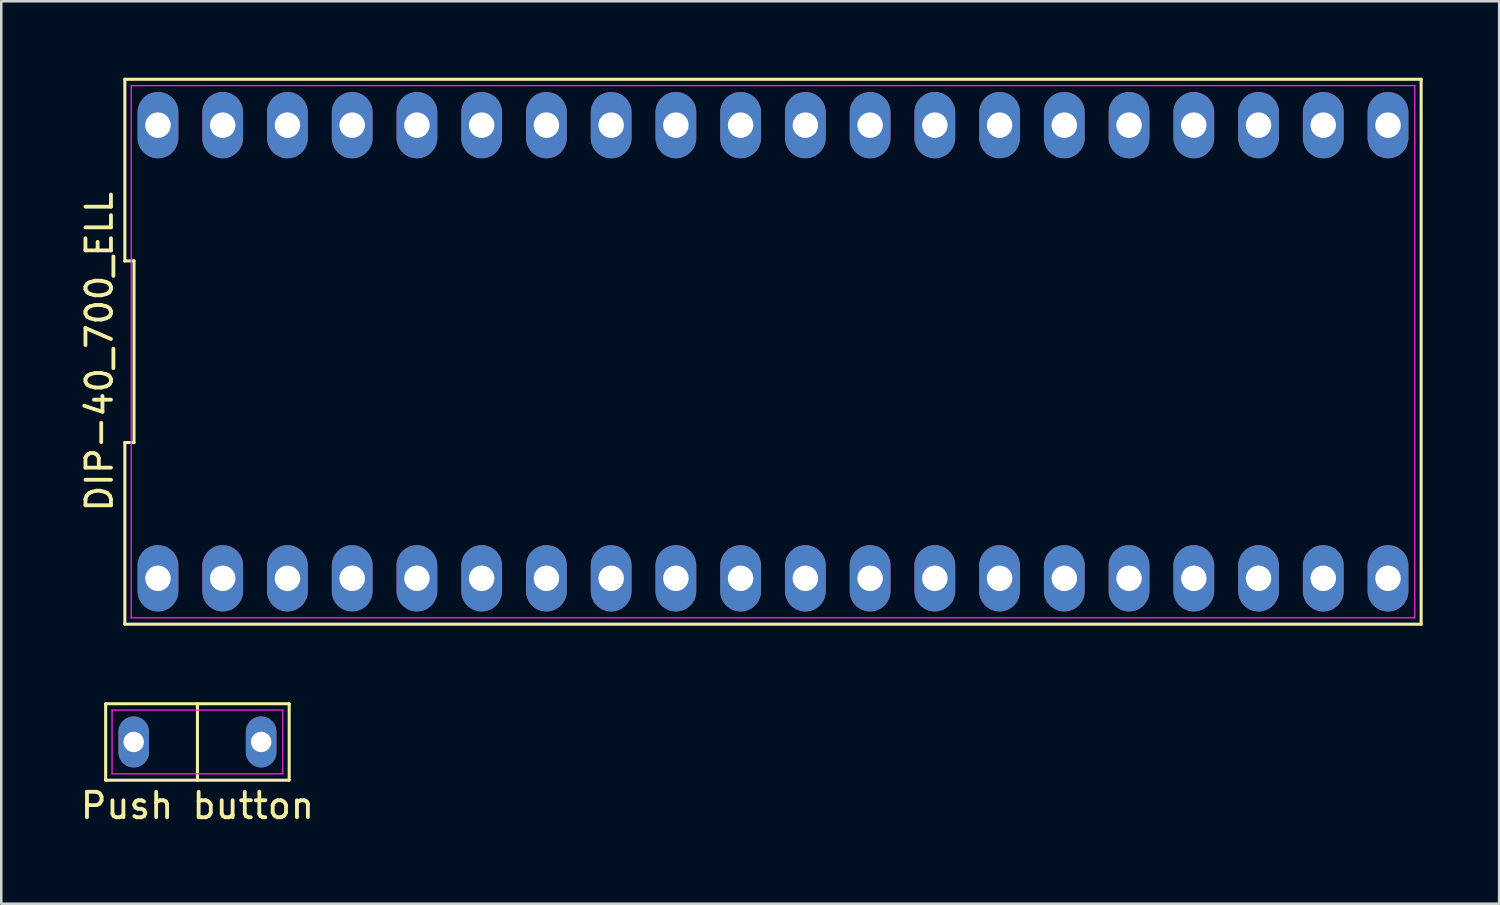
<source format=kicad_pcb>
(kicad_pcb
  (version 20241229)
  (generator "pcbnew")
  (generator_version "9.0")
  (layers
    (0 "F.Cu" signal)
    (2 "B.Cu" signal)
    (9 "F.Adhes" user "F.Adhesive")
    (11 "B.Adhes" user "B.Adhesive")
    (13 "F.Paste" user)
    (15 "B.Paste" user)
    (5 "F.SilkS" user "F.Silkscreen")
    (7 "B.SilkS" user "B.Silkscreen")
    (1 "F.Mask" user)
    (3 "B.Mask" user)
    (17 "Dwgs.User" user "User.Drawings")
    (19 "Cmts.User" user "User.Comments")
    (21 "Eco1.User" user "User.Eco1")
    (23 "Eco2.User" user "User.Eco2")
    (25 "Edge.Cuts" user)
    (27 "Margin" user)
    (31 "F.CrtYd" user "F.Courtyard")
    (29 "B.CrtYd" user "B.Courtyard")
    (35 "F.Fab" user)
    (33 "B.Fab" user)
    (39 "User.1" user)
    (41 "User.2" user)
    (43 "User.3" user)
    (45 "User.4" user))
  (footprint "Push button"
    (layer "F.Cu")
    (at 4.696 26.06)
    (property "Reference" "Push button" (at 0 2.5 0) (layer "F.SilkS") (effects (font (size 1 1) (thickness 0.15))))
    (fp_line (start -3.6 -1.5) (end 3.6 -1.5) (stroke (width 0.12) (type solid)) (layer "F.SilkS"))
    (fp_line (start -3.6 1.5) (end -3.6 -1.5) (stroke (width 0.12) (type solid)) (layer "F.SilkS"))
    (fp_line (start 0 -1.5) (end 0 1.5) (stroke (width 0.12) (type solid)) (layer "F.SilkS"))
    (fp_line (start 3.6 -1.5) (end 3.6 1.5) (stroke (width 0.12) (type solid)) (layer "F.SilkS"))
    (fp_line (start 3.6 1.5) (end -3.6 1.5) (stroke (width 0.12) (type solid)) (layer "F.SilkS"))
    (fp_line (start -3.35 -1.25) (end 3.35 -1.25) (stroke (width 0.05) (type solid)) (layer "F.CrtYd"))
    (fp_line (start -3.35 1.25) (end -3.35 -1.25) (stroke (width 0.05) (type solid)) (layer "F.CrtYd"))
    (fp_line (start 3.35 -1.25) (end 3.35 1.25) (stroke (width 0.05) (type solid)) (layer "F.CrtYd"))
    (fp_line (start 3.35 1.25) (end -3.35 1.25) (stroke (width 0.05) (type solid)) (layer "F.CrtYd"))
    (pad "1" thru_hole oval (at -2.5 0) (size 1.2 2) (drill 0.8) (layers "*.Cu" "*.Mask"))
    (pad "2" thru_hole oval (at 2.5 0) (size 1.2 2) (drill 0.8) (layers "*.Cu" "*.Mask")))
  (footprint "DIP-40_700_ELL"
    (layer "F.Cu")
    (at 27.278 10.75)
    (property "Reference" "DIP-40_700_ELL" (at -26.43 0 90) (layer "F.SilkS") (effects (font (size 1 1) (thickness 0.15))))
    (attr through_hole)
    (fp_line (start -25.43 -10.69) (end -25.43 -3.563) (stroke (width 0.12) (type solid)) (layer "F.SilkS"))
    (fp_line (start -25.43 -3.563) (end -25.07 -3.563) (stroke (width 0.12) (type solid)) (layer "F.SilkS"))
    (fp_line (start -25.43 3.563) (end -25.43 10.69) (stroke (width 0.12) (type solid)) (layer "F.SilkS"))
    (fp_line (start -25.43 10.69) (end 25.43 10.69) (stroke (width 0.12) (type solid)) (layer "F.SilkS"))
    (fp_line (start -25.07 -3.563) (end -25.07 3.563) (stroke (width 0.12) (type solid)) (layer "F.SilkS"))
    (fp_line (start -25.07 3.563) (end -25.43 3.563) (stroke (width 0.12) (type solid)) (layer "F.SilkS"))
    (fp_line (start 25.43 -10.69) (end -25.43 -10.69) (stroke (width 0.12) (type solid)) (layer "F.SilkS"))
    (fp_line (start 25.43 10.69) (end 25.43 -10.69) (stroke (width 0.12) (type solid)) (layer "F.SilkS"))
    (fp_line (start -25.18 -10.44) (end 25.18 -10.44) (stroke (width 0.05) (type solid)) (layer "F.CrtYd"))
    (fp_line (start -25.18 10.44) (end -25.18 -10.44) (stroke (width 0.05) (type solid)) (layer "F.CrtYd"))
    (fp_line (start 25.18 -10.44) (end 25.18 10.44) (stroke (width 0.05) (type solid)) (layer "F.CrtYd"))
    (fp_line (start 25.18 10.44) (end -25.18 10.44) (stroke (width 0.05) (type solid)) (layer "F.CrtYd"))
    (pad "1" thru_hole oval (at -24.13 8.89) (size 1.6 2.6) (drill 1) (layers "*.Cu" "*.Mask"))
    (pad "2" thru_hole oval (at -21.59 8.89) (size 1.6 2.6) (drill 1) (layers "*.Cu" "*.Mask"))
    (pad "3" thru_hole oval (at -19.05 8.89) (size 1.6 2.6) (drill 1) (layers "*.Cu" "*.Mask"))
    (pad "4" thru_hole oval (at -16.51 8.89) (size 1.6 2.6) (drill 1) (layers "*.Cu" "*.Mask"))
    (pad "5" thru_hole oval (at -13.97 8.89) (size 1.6 2.6) (drill 1) (layers "*.Cu" "*.Mask"))
    (pad "6" thru_hole oval (at -11.43 8.89) (size 1.6 2.6) (drill 1) (layers "*.Cu" "*.Mask"))
    (pad "7" thru_hole oval (at -8.89 8.89) (size 1.6 2.6) (drill 1) (layers "*.Cu" "*.Mask"))
    (pad "8" thru_hole oval (at -6.35 8.89) (size 1.6 2.6) (drill 1) (layers "*.Cu" "*.Mask"))
    (pad "9" thru_hole oval (at -3.81 8.89) (size 1.6 2.6) (drill 1) (layers "*.Cu" "*.Mask"))
    (pad "10" thru_hole oval (at -1.27 8.89) (size 1.6 2.6) (drill 1) (layers "*.Cu" "*.Mask"))
    (pad "11" thru_hole oval (at 1.27 8.89) (size 1.6 2.6) (drill 1) (layers "*.Cu" "*.Mask"))
    (pad "12" thru_hole oval (at 3.81 8.89) (size 1.6 2.6) (drill 1) (layers "*.Cu" "*.Mask"))
    (pad "13" thru_hole oval (at 6.35 8.89) (size 1.6 2.6) (drill 1) (layers "*.Cu" "*.Mask"))
    (pad "14" thru_hole oval (at 8.89 8.89) (size 1.6 2.6) (drill 1) (layers "*.Cu" "*.Mask"))
    (pad "15" thru_hole oval (at 11.43 8.89) (size 1.6 2.6) (drill 1) (layers "*.Cu" "*.Mask"))
    (pad "16" thru_hole oval (at 13.97 8.89) (size 1.6 2.6) (drill 1) (layers "*.Cu" "*.Mask"))
    (pad "17" thru_hole oval (at 16.51 8.89) (size 1.6 2.6) (drill 1) (layers "*.Cu" "*.Mask"))
    (pad "18" thru_hole oval (at 19.05 8.89) (size 1.6 2.6) (drill 1) (layers "*.Cu" "*.Mask"))
    (pad "19" thru_hole oval (at 21.59 8.89) (size 1.6 2.6) (drill 1) (layers "*.Cu" "*.Mask"))
    (pad "20" thru_hole oval (at 24.13 8.89) (size 1.6 2.6) (drill 1) (layers "*.Cu" "*.Mask"))
    (pad "21" thru_hole oval (at 24.13 -8.89) (size 1.6 2.6) (drill 1) (layers "*.Cu" "*.Mask"))
    (pad "22" thru_hole oval (at 21.59 -8.89) (size 1.6 2.6) (drill 1) (layers "*.Cu" "*.Mask"))
    (pad "23" thru_hole oval (at 19.05 -8.89) (size 1.6 2.6) (drill 1) (layers "*.Cu" "*.Mask"))
    (pad "24" thru_hole oval (at 16.51 -8.89) (size 1.6 2.6) (drill 1) (layers "*.Cu" "*.Mask"))
    (pad "25" thru_hole oval (at 13.97 -8.89) (size 1.6 2.6) (drill 1) (layers "*.Cu" "*.Mask"))
    (pad "26" thru_hole oval (at 11.43 -8.89) (size 1.6 2.6) (drill 1) (layers "*.Cu" "*.Mask"))
    (pad "27" thru_hole oval (at 8.89 -8.89) (size 1.6 2.6) (drill 1) (layers "*.Cu" "*.Mask"))
    (pad "28" thru_hole oval (at 6.35 -8.89) (size 1.6 2.6) (drill 1) (layers "*.Cu" "*.Mask"))
    (pad "29" thru_hole oval (at 3.81 -8.89) (size 1.6 2.6) (drill 1) (layers "*.Cu" "*.Mask"))
    (pad "30" thru_hole oval (at 1.27 -8.89) (size 1.6 2.6) (drill 1) (layers "*.Cu" "*.Mask"))
    (pad "31" thru_hole oval (at -1.27 -8.89) (size 1.6 2.6) (drill 1) (layers "*.Cu" "*.Mask"))
    (pad "32" thru_hole oval (at -3.81 -8.89) (size 1.6 2.6) (drill 1) (layers "*.Cu" "*.Mask"))
    (pad "33" thru_hole oval (at -6.35 -8.89) (size 1.6 2.6) (drill 1) (layers "*.Cu" "*.Mask"))
    (pad "34" thru_hole oval (at -8.89 -8.89) (size 1.6 2.6) (drill 1) (layers "*.Cu" "*.Mask"))
    (pad "35" thru_hole oval (at -11.43 -8.89) (size 1.6 2.6) (drill 1) (layers "*.Cu" "*.Mask"))
    (pad "36" thru_hole oval (at -13.97 -8.89) (size 1.6 2.6) (drill 1) (layers "*.Cu" "*.Mask"))
    (pad "37" thru_hole oval (at -16.51 -8.89) (size 1.6 2.6) (drill 1) (layers "*.Cu" "*.Mask"))
    (pad "38" thru_hole oval (at -19.05 -8.89) (size 1.6 2.6) (drill 1) (layers "*.Cu" "*.Mask"))
    (pad "39" thru_hole oval (at -21.59 -8.89) (size 1.6 2.6) (drill 1) (layers "*.Cu" "*.Mask"))
    (pad "40" thru_hole oval (at -24.13 -8.89) (size 1.6 2.6) (drill 1) (layers "*.Cu" "*.Mask")))
  (gr_rect
    (start -3 -3)
    (end 55.768 32.408)
    (stroke (width 0.1) (type default))
    (fill no)
    (layer "Edge.Cuts")))
</source>
